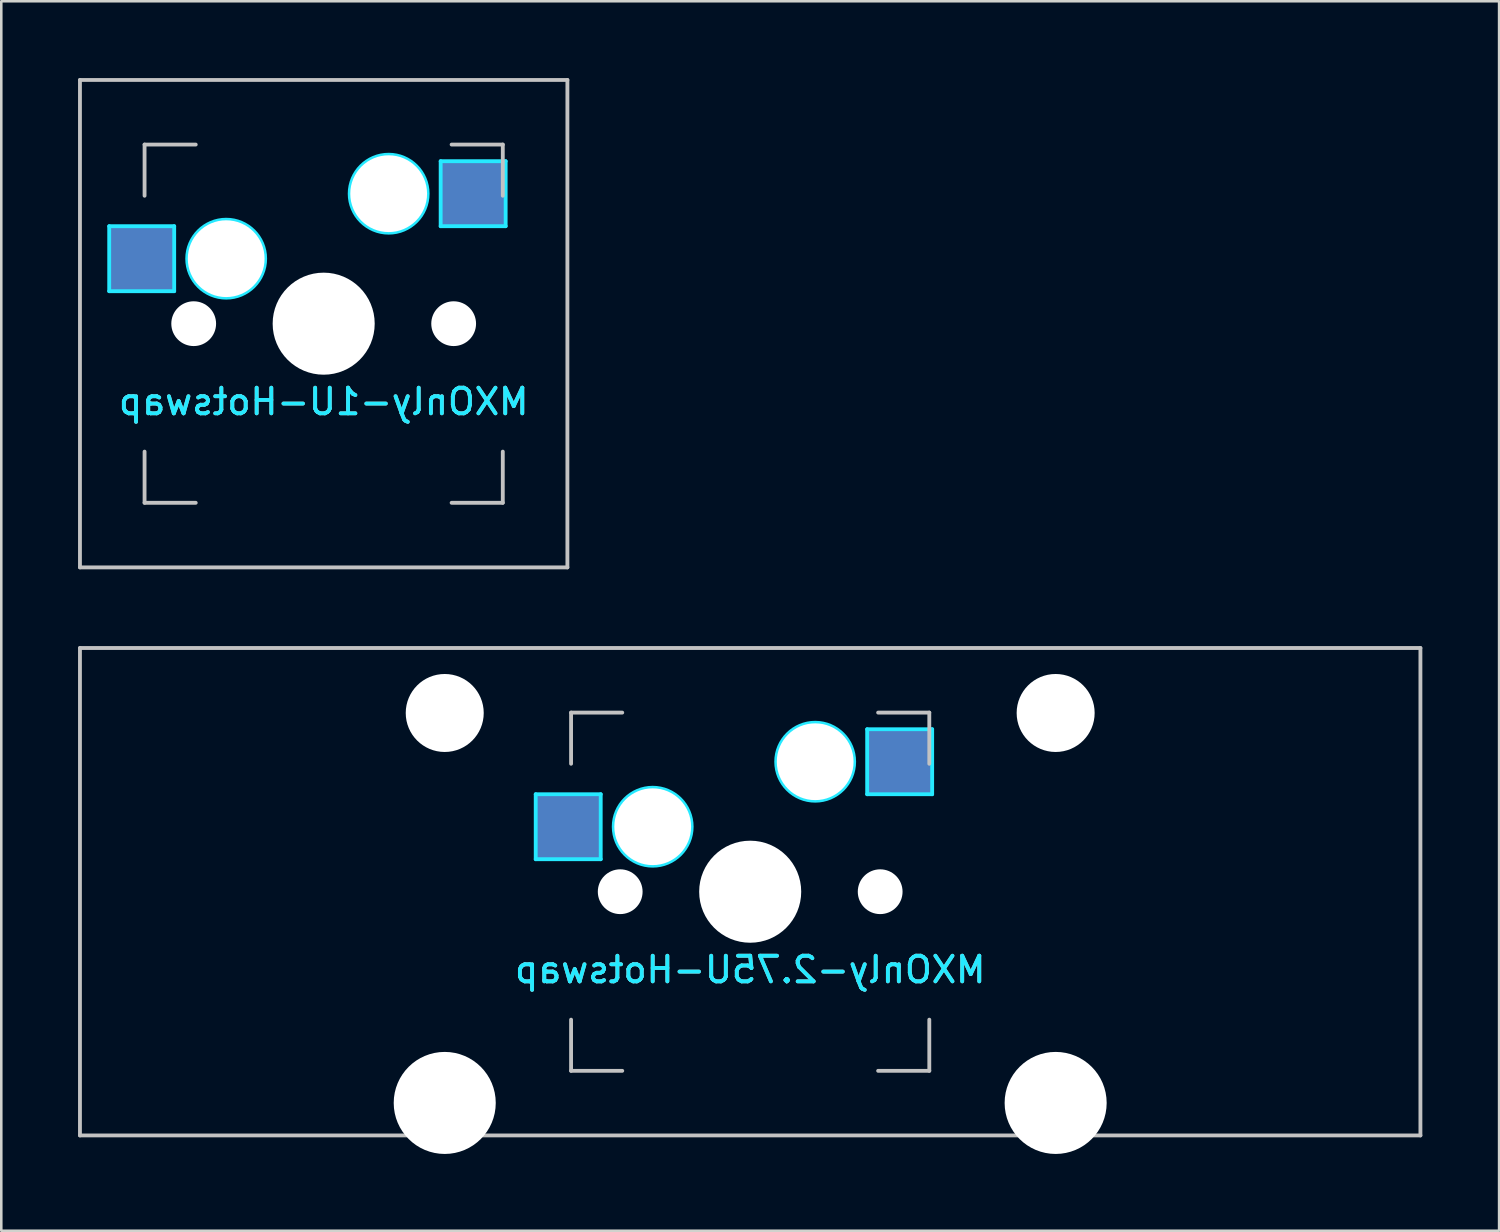
<source format=kicad_pcb>
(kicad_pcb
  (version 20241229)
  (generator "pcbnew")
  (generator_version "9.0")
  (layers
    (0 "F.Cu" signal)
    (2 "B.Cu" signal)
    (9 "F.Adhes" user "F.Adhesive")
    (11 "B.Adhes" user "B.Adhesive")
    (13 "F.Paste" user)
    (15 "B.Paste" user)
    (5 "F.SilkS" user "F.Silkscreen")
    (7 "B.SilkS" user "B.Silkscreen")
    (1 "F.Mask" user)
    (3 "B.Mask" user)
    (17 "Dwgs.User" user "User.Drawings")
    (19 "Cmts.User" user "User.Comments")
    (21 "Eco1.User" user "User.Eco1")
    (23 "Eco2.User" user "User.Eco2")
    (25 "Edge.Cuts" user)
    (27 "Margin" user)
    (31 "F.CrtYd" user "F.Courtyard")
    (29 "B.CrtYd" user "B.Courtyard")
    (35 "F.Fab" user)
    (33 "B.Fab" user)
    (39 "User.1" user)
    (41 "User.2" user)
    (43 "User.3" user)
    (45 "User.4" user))
  (footprint "MXOnly-2.75U-Hotswap"
    (layer "F.Cu")
    (at 26.269 31.8)
    (property "Reference" "MXOnly-2.75U-Hotswap" (at 0 3.048 0) (layer "B.CrtYd") (effects (font (size 1 1) (thickness 0.15)) (justify mirror)))
    (attr smd)
    (fp_line (start -26.194 -9.525) (end 26.194 -9.525) (stroke (width 0.15) (type solid)) (layer "Dwgs.User"))
    (fp_line (start -26.194 9.525) (end -26.194 -9.525) (stroke (width 0.15) (type solid)) (layer "Dwgs.User"))
    (fp_line (start -7 -7) (end -7 -5) (stroke (width 0.15) (type solid)) (layer "Dwgs.User"))
    (fp_line (start -7 5) (end -7 7) (stroke (width 0.15) (type solid)) (layer "Dwgs.User"))
    (fp_line (start -7 7) (end -5 7) (stroke (width 0.15) (type solid)) (layer "Dwgs.User"))
    (fp_line (start -5 -7) (end -7 -7) (stroke (width 0.15) (type solid)) (layer "Dwgs.User"))
    (fp_line (start 5 -7) (end 7 -7) (stroke (width 0.15) (type solid)) (layer "Dwgs.User"))
    (fp_line (start 5 7) (end 7 7) (stroke (width 0.15) (type solid)) (layer "Dwgs.User"))
    (fp_line (start 7 -7) (end 7 -5) (stroke (width 0.15) (type solid)) (layer "Dwgs.User"))
    (fp_line (start 7 7) (end 7 5) (stroke (width 0.15) (type solid)) (layer "Dwgs.User"))
    (fp_line (start 26.194 -9.525) (end 26.194 9.525) (stroke (width 0.15) (type solid)) (layer "Dwgs.User"))
    (fp_line (start 26.194 9.525) (end -26.194 9.525) (stroke (width 0.15) (type solid)) (layer "Dwgs.User"))
    (fp_line (start -8.382 -3.81) (end -5.842 -3.81) (stroke (width 0.15) (type solid)) (layer "B.CrtYd"))
    (fp_line (start -8.382 -1.27) (end -8.382 -3.81) (stroke (width 0.15) (type solid)) (layer "B.CrtYd"))
    (fp_line (start -5.842 -3.81) (end -5.842 -1.27) (stroke (width 0.15) (type solid)) (layer "B.CrtYd"))
    (fp_line (start -5.842 -1.27) (end -8.382 -1.27) (stroke (width 0.15) (type solid)) (layer "B.CrtYd"))
    (fp_line (start 4.572 -6.35) (end 7.112 -6.35) (stroke (width 0.15) (type solid)) (layer "B.CrtYd"))
    (fp_line (start 4.572 -3.81) (end 4.572 -6.35) (stroke (width 0.15) (type solid)) (layer "B.CrtYd"))
    (fp_line (start 7.112 -6.35) (end 7.112 -3.81) (stroke (width 0.15) (type solid)) (layer "B.CrtYd"))
    (fp_line (start 7.112 -3.81) (end 4.572 -3.81) (stroke (width 0.15) (type solid)) (layer "B.CrtYd"))
    (fp_circle (center -3.81 -2.54) (end -3.81 -4.064) (stroke (width 0.15) (type solid)) (fill no) (layer "B.CrtYd"))
    (fp_circle (center 2.54 -5.08) (end 2.54 -6.604) (stroke (width 0.15) (type solid)) (fill no) (layer "B.CrtYd"))
    (fp_text user "${REFERENCE}" (at 0 3.048 0) (layer "B.SilkS") (effects (font (size 1 1) (thickness 0.15)) (justify mirror)))
    (pad "" np_thru_hole circle (at -11.938 -6.985) (size 3.048 3.048) (drill 3.048) (layers "*.Cu" "*.Mask"))
    (pad "" np_thru_hole circle (at -11.938 8.255) (size 3.988 3.988) (drill 3.988) (layers "*.Cu" "*.Mask"))
    (pad "" np_thru_hole circle (at -5.08 0 48.1) (size 1.75 1.75) (drill 1.75) (layers "*.Cu" "*.Mask"))
    (pad "" np_thru_hole circle (at -3.81 -2.54) (size 3 3) (drill 3) (layers "*.Cu" "*.Mask"))
    (pad "" np_thru_hole circle (at 0 0) (size 3.988 3.988) (drill 3.988) (layers "*.Cu" "*.Mask"))
    (pad "" np_thru_hole circle (at 2.54 -5.08) (size 3 3) (drill 3) (layers "*.Cu" "*.Mask"))
    (pad "" np_thru_hole circle (at 5.08 0 48.1) (size 1.75 1.75) (drill 1.75) (layers "*.Cu" "*.Mask"))
    (pad "" np_thru_hole circle (at 11.938 -6.985) (size 3.048 3.048) (drill 3.048) (layers "*.Cu" "*.Mask"))
    (pad "" np_thru_hole circle (at 11.938 8.255) (size 3.988 3.988) (drill 3.988) (layers "*.Cu" "*.Mask"))
    (pad "1" smd rect (at -7.085 -2.54) (size 2.55 2.5) (layers "B.Cu" "B.Mask" "B.Paste"))
    (pad "2" smd rect (at 5.842 -5.08) (size 2.55 2.5) (layers "B.Cu" "B.Mask" "B.Paste")))
  (footprint "MXOnly-1U-Hotswap"
    (layer "F.Cu")
    (at 9.6 9.6)
    (property "Reference" "MXOnly-1U-Hotswap" (at 0 3.048 0) (layer "B.CrtYd") (effects (font (size 1 1) (thickness 0.15)) (justify mirror)))
    (attr smd)
    (fp_line (start -9.525 -9.525) (end 9.525 -9.525) (stroke (width 0.15) (type solid)) (layer "Dwgs.User"))
    (fp_line (start -9.525 9.525) (end -9.525 -9.525) (stroke (width 0.15) (type solid)) (layer "Dwgs.User"))
    (fp_line (start -7 -7) (end -7 -5) (stroke (width 0.15) (type solid)) (layer "Dwgs.User"))
    (fp_line (start -7 5) (end -7 7) (stroke (width 0.15) (type solid)) (layer "Dwgs.User"))
    (fp_line (start -7 7) (end -5 7) (stroke (width 0.15) (type solid)) (layer "Dwgs.User"))
    (fp_line (start -5 -7) (end -7 -7) (stroke (width 0.15) (type solid)) (layer "Dwgs.User"))
    (fp_line (start 5 -7) (end 7 -7) (stroke (width 0.15) (type solid)) (layer "Dwgs.User"))
    (fp_line (start 5 7) (end 7 7) (stroke (width 0.15) (type solid)) (layer "Dwgs.User"))
    (fp_line (start 7 -7) (end 7 -5) (stroke (width 0.15) (type solid)) (layer "Dwgs.User"))
    (fp_line (start 7 7) (end 7 5) (stroke (width 0.15) (type solid)) (layer "Dwgs.User"))
    (fp_line (start 9.525 -9.525) (end 9.525 9.525) (stroke (width 0.15) (type solid)) (layer "Dwgs.User"))
    (fp_line (start 9.525 9.525) (end -9.525 9.525) (stroke (width 0.15) (type solid)) (layer "Dwgs.User"))
    (fp_line (start -8.382 -3.81) (end -8.382 -1.27) (stroke (width 0.15) (type solid)) (layer "B.CrtYd"))
    (fp_line (start -8.382 -1.27) (end -5.842 -1.27) (stroke (width 0.15) (type solid)) (layer "B.CrtYd"))
    (fp_line (start -5.842 -3.81) (end -8.382 -3.81) (stroke (width 0.15) (type solid)) (layer "B.CrtYd"))
    (fp_line (start -5.842 -1.27) (end -5.842 -3.81) (stroke (width 0.15) (type solid)) (layer "B.CrtYd"))
    (fp_line (start 4.572 -6.35) (end 7.112 -6.35) (stroke (width 0.15) (type solid)) (layer "B.CrtYd"))
    (fp_line (start 4.572 -3.81) (end 4.572 -6.35) (stroke (width 0.15) (type solid)) (layer "B.CrtYd"))
    (fp_line (start 7.112 -6.35) (end 7.112 -3.81) (stroke (width 0.15) (type solid)) (layer "B.CrtYd"))
    (fp_line (start 7.112 -3.81) (end 4.572 -3.81) (stroke (width 0.15) (type solid)) (layer "B.CrtYd"))
    (fp_circle (center -3.81 -2.54) (end -3.81 -4.064) (stroke (width 0.15) (type solid)) (fill no) (layer "B.CrtYd"))
    (fp_circle (center 2.54 -5.08) (end 2.54 -6.604) (stroke (width 0.15) (type solid)) (fill no) (layer "B.CrtYd"))
    (fp_text user "${REFERENCE}" (at 0 3.048 0) (layer "B.SilkS") (effects (font (size 1 1) (thickness 0.15)) (justify mirror)))
    (pad "" np_thru_hole circle (at -5.08 0 48.1) (size 1.75 1.75) (drill 1.75) (layers "*.Cu" "*.Mask"))
    (pad "" np_thru_hole circle (at -3.81 -2.54) (size 3 3) (drill 3) (layers "*.Cu" "*.Mask"))
    (pad "" np_thru_hole circle (at 0 0) (size 3.988 3.988) (drill 3.988) (layers "*.Cu" "*.Mask"))
    (pad "" np_thru_hole circle (at 2.54 -5.08) (size 3 3) (drill 3) (layers "*.Cu" "*.Mask"))
    (pad "" np_thru_hole circle (at 5.08 0 48.1) (size 1.75 1.75) (drill 1.75) (layers "*.Cu" "*.Mask"))
    (pad "1" smd rect (at -7.085 -2.54) (size 2.55 2.5) (layers "B.Cu" "B.Mask" "B.Paste"))
    (pad "2" smd rect (at 5.842 -5.08) (size 2.55 2.5) (layers "B.Cu" "B.Mask" "B.Paste")))
  (gr_rect
    (start -3 -3)
    (end 55.538 45.049)
    (stroke (width 0.1) (type default))
    (fill no)
    (layer "Edge.Cuts")))
</source>
